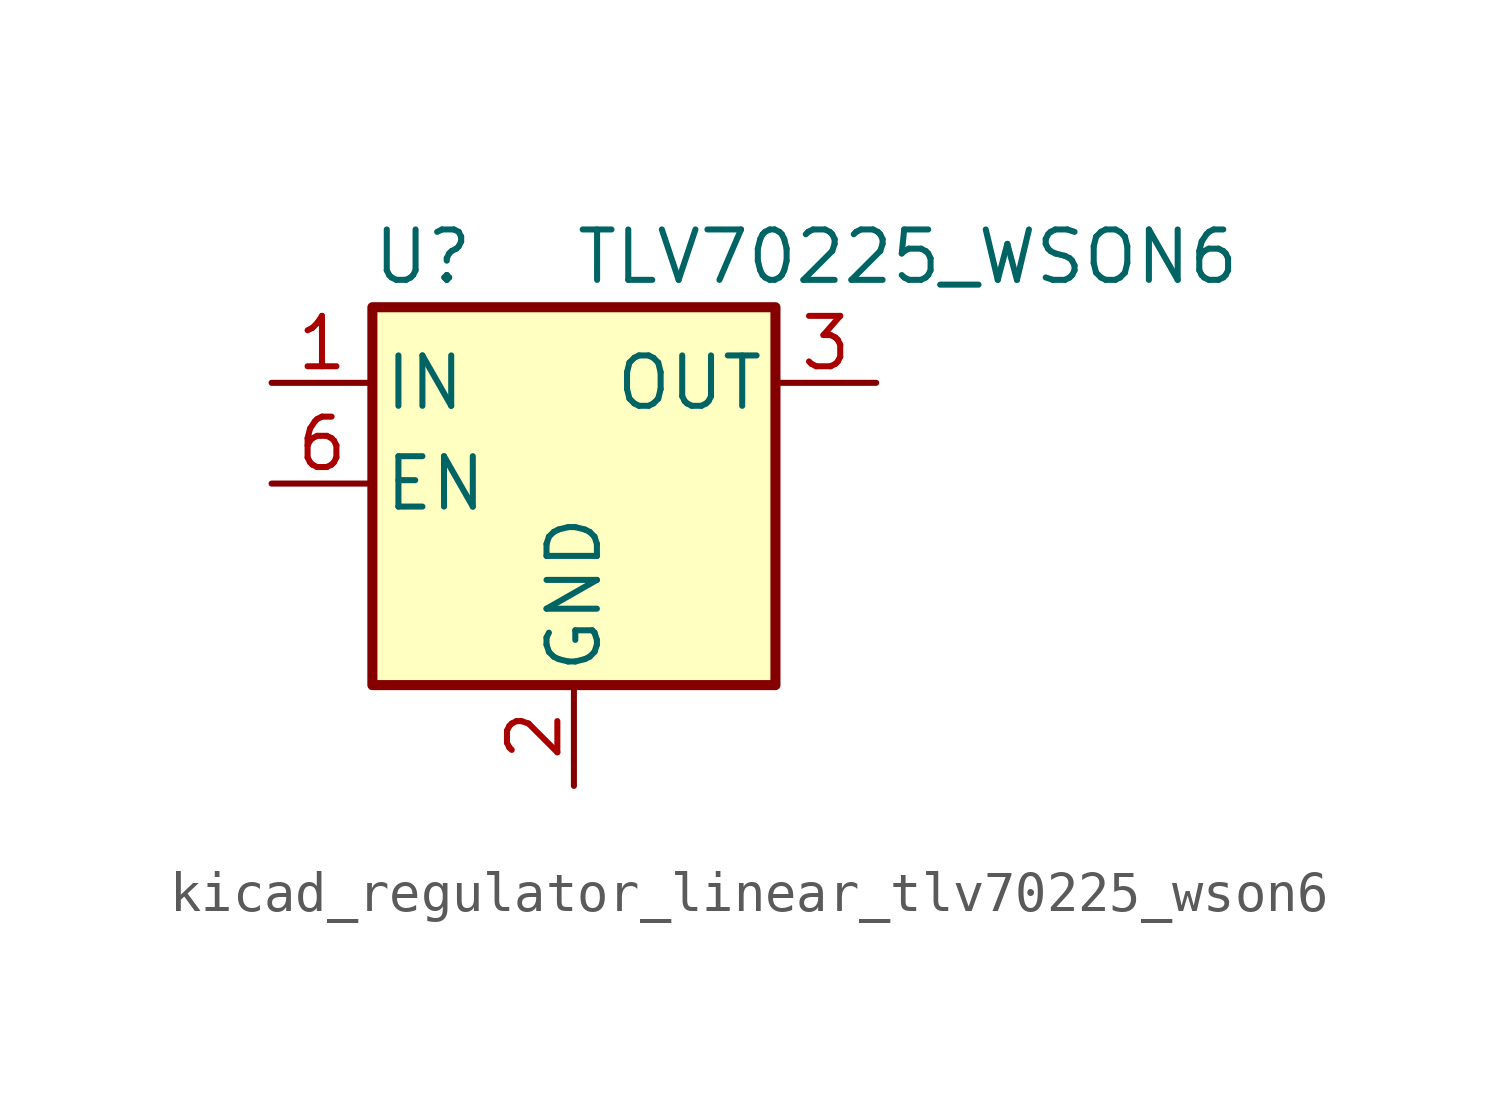
<source format=kicad_sym>
(kicad_symbol_lib
  (version 20220914)
  (generator kicad_symbol_editor)
  (symbol "kicad_regulator_linear_tlv70225_wson6"
    (pin_names
      (offset 0.254))
    (property "Reference" "U"
      (at -3.81 5.715 0)
      (effects (font (size 1.27 1.27))))
    (property "Value" "TLV70225_WSON6"
      (at 0 5.715 0)
      (effects (font (size 1.27 1.27)) (justify left)))
    (symbol "kicad_regulator_linear_tlv70225_wson6_0_1"
      (rectangle (start -5.08 4.445) (end 5.08 -5.08) (stroke (width 0.254) (type default)) (fill (type background))))
    (symbol "kicad_regulator_linear_tlv70225_wson6_1_1"
      (pin power_in line (at -7.62 2.54 0) (length 2.54) (name "IN" (effects (font (size 1.27 1.27)))) (number "1" (effects (font (size 1.27 1.27)))))
      (pin power_in line (at 0 -7.62 90) (length 2.54) (name "GND" (effects (font (size 1.27 1.27)))) (number "2" (effects (font (size 1.27 1.27)))))
      (pin power_out line (at 7.62 2.54 180) (length 2.54) (name "OUT" (effects (font (size 1.27 1.27)))) (number "3" (effects (font (size 1.27 1.27)))))
      (pin no_connect line (at 7.62 0 180) (length 2.54) hide (name "NC" (effects (font (size 1.27 1.27)))) (number "4" (effects (font (size 1.27 1.27)))))
      (pin no_connect line (at -2.54 -5.08 90) (length 2.54) hide (name "NC" (effects (font (size 1.27 1.27)))) (number "5" (effects (font (size 1.27 1.27)))))
      (pin input line (at -7.62 0 0) (length 2.54) (name "EN" (effects (font (size 1.27 1.27)))) (number "6" (effects (font (size 1.27 1.27))))))))
</source>
